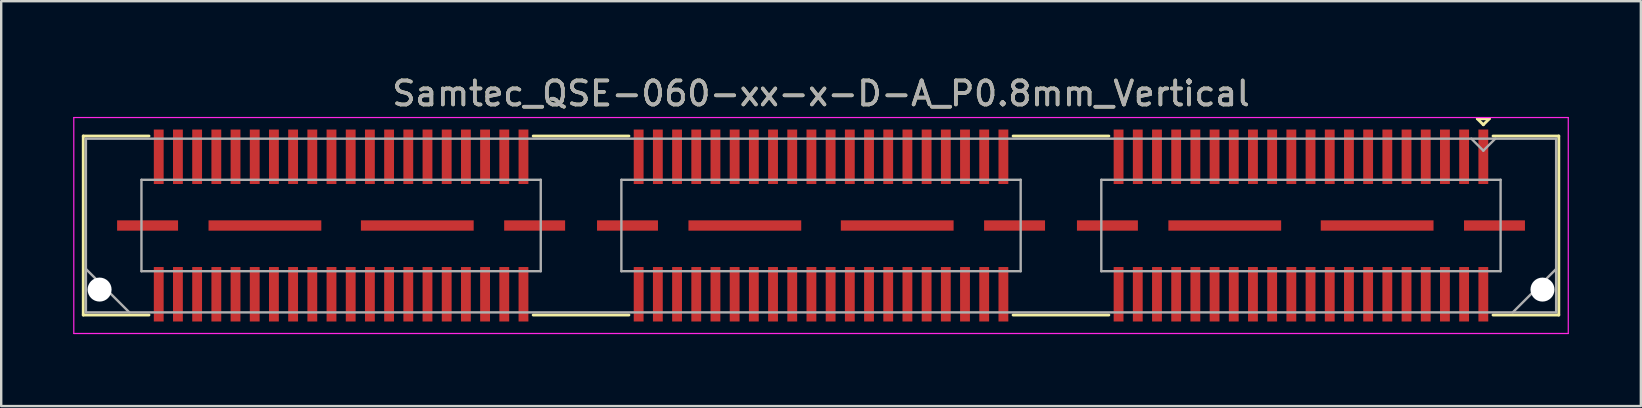
<source format=kicad_pcb>
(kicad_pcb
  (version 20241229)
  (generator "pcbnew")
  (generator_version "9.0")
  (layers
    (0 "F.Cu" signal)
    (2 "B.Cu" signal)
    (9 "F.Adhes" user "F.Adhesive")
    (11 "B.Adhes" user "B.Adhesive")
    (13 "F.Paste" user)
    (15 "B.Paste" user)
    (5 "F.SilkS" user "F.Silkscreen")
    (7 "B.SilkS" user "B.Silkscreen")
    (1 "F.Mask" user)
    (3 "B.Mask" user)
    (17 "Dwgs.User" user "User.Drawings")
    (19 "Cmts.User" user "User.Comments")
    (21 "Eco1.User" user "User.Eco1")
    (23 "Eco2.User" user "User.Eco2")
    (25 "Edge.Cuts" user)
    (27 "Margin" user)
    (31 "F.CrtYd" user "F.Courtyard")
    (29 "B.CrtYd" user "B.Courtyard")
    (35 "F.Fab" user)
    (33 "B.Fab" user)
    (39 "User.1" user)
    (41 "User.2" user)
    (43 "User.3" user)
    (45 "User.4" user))
  (footprint "Samtec_QSE-060-xx-x-D-A_P0.8mm_Vertical"
    (layer "F.Cu")
    (at 31.165 6.348)
    (property "Reference" "Samtec_QSE-060-xx-x-D-A_P0.8mm_Vertical" (at 0 -5.5 0) (layer "F.SilkS") (effects (font (size 1 1) (thickness 0.15))))
    (attr smd)
    (fp_line (start -30.745 -3.73) (end -28.005 -3.73) (stroke (width 0.12) (type solid)) (layer "F.SilkS"))
    (fp_line (start -30.745 3.73) (end -30.745 -3.73) (stroke (width 0.12) (type solid)) (layer "F.SilkS"))
    (fp_line (start -28.005 3.73) (end -30.745 3.73) (stroke (width 0.12) (type solid)) (layer "F.SilkS"))
    (fp_line (start -8.005 -3.73) (end -11.995 -3.73) (stroke (width 0.12) (type solid)) (layer "F.SilkS"))
    (fp_line (start -8.005 3.73) (end -11.995 3.73) (stroke (width 0.12) (type solid)) (layer "F.SilkS"))
    (fp_line (start 11.995 -3.73) (end 8.005 -3.73) (stroke (width 0.12) (type solid)) (layer "F.SilkS"))
    (fp_line (start 11.995 3.73) (end 8.005 3.73) (stroke (width 0.12) (type solid)) (layer "F.SilkS"))
    (fp_line (start 27.35 -4.45) (end 27.85 -4.45) (stroke (width 0.12) (type solid)) (layer "F.SilkS"))
    (fp_line (start 27.6 -4.2) (end 27.35 -4.45) (stroke (width 0.12) (type solid)) (layer "F.SilkS"))
    (fp_line (start 27.85 -4.45) (end 27.6 -4.2) (stroke (width 0.12) (type solid)) (layer "F.SilkS"))
    (fp_line (start 28.005 3.73) (end 30.745 3.73) (stroke (width 0.12) (type solid)) (layer "F.SilkS"))
    (fp_line (start 30.745 -3.73) (end 28.005 -3.73) (stroke (width 0.12) (type solid)) (layer "F.SilkS"))
    (fp_line (start 30.745 3.73) (end 30.745 -3.73) (stroke (width 0.12) (type solid)) (layer "F.SilkS"))
    (fp_line (start -31.14 -4.5) (end -31.14 4.5) (stroke (width 0.05) (type solid)) (layer "F.CrtYd"))
    (fp_line (start -31.14 4.5) (end 31.14 4.5) (stroke (width 0.05) (type solid)) (layer "F.CrtYd"))
    (fp_line (start 31.14 -4.5) (end -31.14 -4.5) (stroke (width 0.05) (type solid)) (layer "F.CrtYd"))
    (fp_line (start 31.14 4.5) (end 31.14 -4.5) (stroke (width 0.05) (type solid)) (layer "F.CrtYd"))
    (fp_line (start -30.635 -3.62) (end -30.635 3.62) (stroke (width 0.1) (type solid)) (layer "F.Fab"))
    (fp_line (start -30.635 1.81) (end -28.825 3.62) (stroke (width 0.1) (type solid)) (layer "F.Fab"))
    (fp_line (start -30.635 3.62) (end 30.635 3.62) (stroke (width 0.1) (type solid)) (layer "F.Fab"))
    (fp_line (start -28.32 -1.905) (end -28.32 1.905) (stroke (width 0.1) (type solid)) (layer "F.Fab"))
    (fp_line (start -28.32 1.905) (end -11.68 1.905) (stroke (width 0.1) (type solid)) (layer "F.Fab"))
    (fp_line (start -11.68 -1.905) (end -28.32 -1.905) (stroke (width 0.1) (type solid)) (layer "F.Fab"))
    (fp_line (start -11.68 1.905) (end -11.68 -1.905) (stroke (width 0.1) (type solid)) (layer "F.Fab"))
    (fp_line (start -8.32 -1.905) (end -8.32 1.905) (stroke (width 0.1) (type solid)) (layer "F.Fab"))
    (fp_line (start -8.32 1.905) (end 8.32 1.905) (stroke (width 0.1) (type solid)) (layer "F.Fab"))
    (fp_line (start 8.32 -1.905) (end -8.32 -1.905) (stroke (width 0.1) (type solid)) (layer "F.Fab"))
    (fp_line (start 8.32 1.905) (end 8.32 -1.905) (stroke (width 0.1) (type solid)) (layer "F.Fab"))
    (fp_line (start 11.68 -1.905) (end 11.68 1.905) (stroke (width 0.1) (type solid)) (layer "F.Fab"))
    (fp_line (start 11.68 1.905) (end 28.32 1.905) (stroke (width 0.1) (type solid)) (layer "F.Fab"))
    (fp_line (start 27.6 -3.12) (end 27.1 -3.62) (stroke (width 0.1) (type solid)) (layer "F.Fab"))
    (fp_line (start 28.1 -3.62) (end 27.6 -3.12) (stroke (width 0.1) (type solid)) (layer "F.Fab"))
    (fp_line (start 28.32 -1.905) (end 11.68 -1.905) (stroke (width 0.1) (type solid)) (layer "F.Fab"))
    (fp_line (start 28.32 1.905) (end 28.32 -1.905) (stroke (width 0.1) (type solid)) (layer "F.Fab"))
    (fp_line (start 30.635 -3.62) (end -30.635 -3.62) (stroke (width 0.1) (type solid)) (layer "F.Fab"))
    (fp_line (start 30.635 1.81) (end 28.825 3.62) (stroke (width 0.1) (type solid)) (layer "F.Fab"))
    (fp_line (start 30.635 3.62) (end 30.635 -3.62) (stroke (width 0.1) (type solid)) (layer "F.Fab"))
    (fp_text user "${REFERENCE}" (at 0 -5.5 0) (layer "F.Fab") (effects (font (size 1 1) (thickness 0.15))))
    (pad "" np_thru_hole circle (at -30.065 2.67) (size 1 1) (drill 1) (layers "*.Cu" "*.Mask"))
    (pad "" np_thru_hole circle (at 30.065 2.67) (size 1 1) (drill 1) (layers "*.Cu" "*.Mask"))
    (pad "1" smd rect (at 27.6 -2.865) (size 0.41 2.27) (layers "F.Cu" "F.Mask" "F.Paste"))
    (pad "2" smd rect (at 27.6 2.865) (size 0.41 2.27) (layers "F.Cu" "F.Mask" "F.Paste"))
    (pad "3" smd rect (at 26.8 -2.865) (size 0.41 2.27) (layers "F.Cu" "F.Mask" "F.Paste"))
    (pad "4" smd rect (at 26.8 2.865) (size 0.41 2.27) (layers "F.Cu" "F.Mask" "F.Paste"))
    (pad "5" smd rect (at 26 -2.865) (size 0.41 2.27) (layers "F.Cu" "F.Mask" "F.Paste"))
    (pad "6" smd rect (at 26 2.865) (size 0.41 2.27) (layers "F.Cu" "F.Mask" "F.Paste"))
    (pad "7" smd rect (at 25.2 -2.865) (size 0.41 2.27) (layers "F.Cu" "F.Mask" "F.Paste"))
    (pad "8" smd rect (at 25.2 2.865) (size 0.41 2.27) (layers "F.Cu" "F.Mask" "F.Paste"))
    (pad "9" smd rect (at 24.4 -2.865) (size 0.41 2.27) (layers "F.Cu" "F.Mask" "F.Paste"))
    (pad "10" smd rect (at 24.4 2.865) (size 0.41 2.27) (layers "F.Cu" "F.Mask" "F.Paste"))
    (pad "11" smd rect (at 23.6 -2.865) (size 0.41 2.27) (layers "F.Cu" "F.Mask" "F.Paste"))
    (pad "12" smd rect (at 23.6 2.865) (size 0.41 2.27) (layers "F.Cu" "F.Mask" "F.Paste"))
    (pad "13" smd rect (at 22.8 -2.865) (size 0.41 2.27) (layers "F.Cu" "F.Mask" "F.Paste"))
    (pad "14" smd rect (at 22.8 2.865) (size 0.41 2.27) (layers "F.Cu" "F.Mask" "F.Paste"))
    (pad "15" smd rect (at 22 -2.865) (size 0.41 2.27) (layers "F.Cu" "F.Mask" "F.Paste"))
    (pad "16" smd rect (at 22 2.865) (size 0.41 2.27) (layers "F.Cu" "F.Mask" "F.Paste"))
    (pad "17" smd rect (at 21.2 -2.865) (size 0.41 2.27) (layers "F.Cu" "F.Mask" "F.Paste"))
    (pad "18" smd rect (at 21.2 2.865) (size 0.41 2.27) (layers "F.Cu" "F.Mask" "F.Paste"))
    (pad "19" smd rect (at 20.4 -2.865) (size 0.41 2.27) (layers "F.Cu" "F.Mask" "F.Paste"))
    (pad "20" smd rect (at 20.4 2.865) (size 0.41 2.27) (layers "F.Cu" "F.Mask" "F.Paste"))
    (pad "21" smd rect (at 19.6 -2.865) (size 0.41 2.27) (layers "F.Cu" "F.Mask" "F.Paste"))
    (pad "22" smd rect (at 19.6 2.865) (size 0.41 2.27) (layers "F.Cu" "F.Mask" "F.Paste"))
    (pad "23" smd rect (at 18.8 -2.865) (size 0.41 2.27) (layers "F.Cu" "F.Mask" "F.Paste"))
    (pad "24" smd rect (at 18.8 2.865) (size 0.41 2.27) (layers "F.Cu" "F.Mask" "F.Paste"))
    (pad "25" smd rect (at 18 -2.865) (size 0.41 2.27) (layers "F.Cu" "F.Mask" "F.Paste"))
    (pad "26" smd rect (at 18 2.865) (size 0.41 2.27) (layers "F.Cu" "F.Mask" "F.Paste"))
    (pad "27" smd rect (at 17.2 -2.865) (size 0.41 2.27) (layers "F.Cu" "F.Mask" "F.Paste"))
    (pad "28" smd rect (at 17.2 2.865) (size 0.41 2.27) (layers "F.Cu" "F.Mask" "F.Paste"))
    (pad "29" smd rect (at 16.4 -2.865) (size 0.41 2.27) (layers "F.Cu" "F.Mask" "F.Paste"))
    (pad "30" smd rect (at 16.4 2.865) (size 0.41 2.27) (layers "F.Cu" "F.Mask" "F.Paste"))
    (pad "31" smd rect (at 15.6 -2.865) (size 0.41 2.27) (layers "F.Cu" "F.Mask" "F.Paste"))
    (pad "32" smd rect (at 15.6 2.865) (size 0.41 2.27) (layers "F.Cu" "F.Mask" "F.Paste"))
    (pad "33" smd rect (at 14.8 -2.865) (size 0.41 2.27) (layers "F.Cu" "F.Mask" "F.Paste"))
    (pad "34" smd rect (at 14.8 2.865) (size 0.41 2.27) (layers "F.Cu" "F.Mask" "F.Paste"))
    (pad "35" smd rect (at 14 -2.865) (size 0.41 2.27) (layers "F.Cu" "F.Mask" "F.Paste"))
    (pad "36" smd rect (at 14 2.865) (size 0.41 2.27) (layers "F.Cu" "F.Mask" "F.Paste"))
    (pad "37" smd rect (at 13.2 -2.865) (size 0.41 2.27) (layers "F.Cu" "F.Mask" "F.Paste"))
    (pad "38" smd rect (at 13.2 2.865) (size 0.41 2.27) (layers "F.Cu" "F.Mask" "F.Paste"))
    (pad "39" smd rect (at 12.4 -2.865) (size 0.41 2.27) (layers "F.Cu" "F.Mask" "F.Paste"))
    (pad "40" smd rect (at 12.4 2.865) (size 0.41 2.27) (layers "F.Cu" "F.Mask" "F.Paste"))
    (pad "41" smd rect (at 7.6 -2.865) (size 0.41 2.27) (layers "F.Cu" "F.Mask" "F.Paste"))
    (pad "42" smd rect (at 7.6 2.865) (size 0.41 2.27) (layers "F.Cu" "F.Mask" "F.Paste"))
    (pad "43" smd rect (at 6.8 -2.865) (size 0.41 2.27) (layers "F.Cu" "F.Mask" "F.Paste"))
    (pad "44" smd rect (at 6.8 2.865) (size 0.41 2.27) (layers "F.Cu" "F.Mask" "F.Paste"))
    (pad "45" smd rect (at 6 -2.865) (size 0.41 2.27) (layers "F.Cu" "F.Mask" "F.Paste"))
    (pad "46" smd rect (at 6 2.865) (size 0.41 2.27) (layers "F.Cu" "F.Mask" "F.Paste"))
    (pad "47" smd rect (at 5.2 -2.865) (size 0.41 2.27) (layers "F.Cu" "F.Mask" "F.Paste"))
    (pad "48" smd rect (at 5.2 2.865) (size 0.41 2.27) (layers "F.Cu" "F.Mask" "F.Paste"))
    (pad "49" smd rect (at 4.4 -2.865) (size 0.41 2.27) (layers "F.Cu" "F.Mask" "F.Paste"))
    (pad "50" smd rect (at 4.4 2.865) (size 0.41 2.27) (layers "F.Cu" "F.Mask" "F.Paste"))
    (pad "51" smd rect (at 3.6 -2.865) (size 0.41 2.27) (layers "F.Cu" "F.Mask" "F.Paste"))
    (pad "52" smd rect (at 3.6 2.865) (size 0.41 2.27) (layers "F.Cu" "F.Mask" "F.Paste"))
    (pad "53" smd rect (at 2.8 -2.865) (size 0.41 2.27) (layers "F.Cu" "F.Mask" "F.Paste"))
    (pad "54" smd rect (at 2.8 2.865) (size 0.41 2.27) (layers "F.Cu" "F.Mask" "F.Paste"))
    (pad "55" smd rect (at 2 -2.865) (size 0.41 2.27) (layers "F.Cu" "F.Mask" "F.Paste"))
    (pad "56" smd rect (at 2 2.865) (size 0.41 2.27) (layers "F.Cu" "F.Mask" "F.Paste"))
    (pad "57" smd rect (at 1.2 -2.865) (size 0.41 2.27) (layers "F.Cu" "F.Mask" "F.Paste"))
    (pad "58" smd rect (at 1.2 2.865) (size 0.41 2.27) (layers "F.Cu" "F.Mask" "F.Paste"))
    (pad "59" smd rect (at 0.4 -2.865) (size 0.41 2.27) (layers "F.Cu" "F.Mask" "F.Paste"))
    (pad "60" smd rect (at 0.4 2.865) (size 0.41 2.27) (layers "F.Cu" "F.Mask" "F.Paste"))
    (pad "61" smd rect (at -0.4 -2.865) (size 0.41 2.27) (layers "F.Cu" "F.Mask" "F.Paste"))
    (pad "62" smd rect (at -0.4 2.865) (size 0.41 2.27) (layers "F.Cu" "F.Mask" "F.Paste"))
    (pad "63" smd rect (at -1.2 -2.865) (size 0.41 2.27) (layers "F.Cu" "F.Mask" "F.Paste"))
    (pad "64" smd rect (at -1.2 2.865) (size 0.41 2.27) (layers "F.Cu" "F.Mask" "F.Paste"))
    (pad "65" smd rect (at -2 -2.865) (size 0.41 2.27) (layers "F.Cu" "F.Mask" "F.Paste"))
    (pad "66" smd rect (at -2 2.865) (size 0.41 2.27) (layers "F.Cu" "F.Mask" "F.Paste"))
    (pad "67" smd rect (at -2.8 -2.865) (size 0.41 2.27) (layers "F.Cu" "F.Mask" "F.Paste"))
    (pad "68" smd rect (at -2.8 2.865) (size 0.41 2.27) (layers "F.Cu" "F.Mask" "F.Paste"))
    (pad "69" smd rect (at -3.6 -2.865) (size 0.41 2.27) (layers "F.Cu" "F.Mask" "F.Paste"))
    (pad "70" smd rect (at -3.6 2.865) (size 0.41 2.27) (layers "F.Cu" "F.Mask" "F.Paste"))
    (pad "71" smd rect (at -4.4 -2.865) (size 0.41 2.27) (layers "F.Cu" "F.Mask" "F.Paste"))
    (pad "72" smd rect (at -4.4 2.865) (size 0.41 2.27) (layers "F.Cu" "F.Mask" "F.Paste"))
    (pad "73" smd rect (at -5.2 -2.865) (size 0.41 2.27) (layers "F.Cu" "F.Mask" "F.Paste"))
    (pad "74" smd rect (at -5.2 2.865) (size 0.41 2.27) (layers "F.Cu" "F.Mask" "F.Paste"))
    (pad "75" smd rect (at -6 -2.865) (size 0.41 2.27) (layers "F.Cu" "F.Mask" "F.Paste"))
    (pad "76" smd rect (at -6 2.865) (size 0.41 2.27) (layers "F.Cu" "F.Mask" "F.Paste"))
    (pad "77" smd rect (at -6.8 -2.865) (size 0.41 2.27) (layers "F.Cu" "F.Mask" "F.Paste"))
    (pad "78" smd rect (at -6.8 2.865) (size 0.41 2.27) (layers "F.Cu" "F.Mask" "F.Paste"))
    (pad "79" smd rect (at -7.6 -2.865) (size 0.41 2.27) (layers "F.Cu" "F.Mask" "F.Paste"))
    (pad "80" smd rect (at -7.6 2.865) (size 0.41 2.27) (layers "F.Cu" "F.Mask" "F.Paste"))
    (pad "81" smd rect (at -12.4 -2.865) (size 0.41 2.27) (layers "F.Cu" "F.Mask" "F.Paste"))
    (pad "82" smd rect (at -12.4 2.865) (size 0.41 2.27) (layers "F.Cu" "F.Mask" "F.Paste"))
    (pad "83" smd rect (at -13.2 -2.865) (size 0.41 2.27) (layers "F.Cu" "F.Mask" "F.Paste"))
    (pad "84" smd rect (at -13.2 2.865) (size 0.41 2.27) (layers "F.Cu" "F.Mask" "F.Paste"))
    (pad "85" smd rect (at -14 -2.865) (size 0.41 2.27) (layers "F.Cu" "F.Mask" "F.Paste"))
    (pad "86" smd rect (at -14 2.865) (size 0.41 2.27) (layers "F.Cu" "F.Mask" "F.Paste"))
    (pad "87" smd rect (at -14.8 -2.865) (size 0.41 2.27) (layers "F.Cu" "F.Mask" "F.Paste"))
    (pad "88" smd rect (at -14.8 2.865) (size 0.41 2.27) (layers "F.Cu" "F.Mask" "F.Paste"))
    (pad "89" smd rect (at -15.6 -2.865) (size 0.41 2.27) (layers "F.Cu" "F.Mask" "F.Paste"))
    (pad "90" smd rect (at -15.6 2.865) (size 0.41 2.27) (layers "F.Cu" "F.Mask" "F.Paste"))
    (pad "91" smd rect (at -16.4 -2.865) (size 0.41 2.27) (layers "F.Cu" "F.Mask" "F.Paste"))
    (pad "92" smd rect (at -16.4 2.865) (size 0.41 2.27) (layers "F.Cu" "F.Mask" "F.Paste"))
    (pad "93" smd rect (at -17.2 -2.865) (size 0.41 2.27) (layers "F.Cu" "F.Mask" "F.Paste"))
    (pad "94" smd rect (at -17.2 2.865) (size 0.41 2.27) (layers "F.Cu" "F.Mask" "F.Paste"))
    (pad "95" smd rect (at -18 -2.865) (size 0.41 2.27) (layers "F.Cu" "F.Mask" "F.Paste"))
    (pad "96" smd rect (at -18 2.865) (size 0.41 2.27) (layers "F.Cu" "F.Mask" "F.Paste"))
    (pad "97" smd rect (at -18.8 -2.865) (size 0.41 2.27) (layers "F.Cu" "F.Mask" "F.Paste"))
    (pad "98" smd rect (at -18.8 2.865) (size 0.41 2.27) (layers "F.Cu" "F.Mask" "F.Paste"))
    (pad "99" smd rect (at -19.6 -2.865) (size 0.41 2.27) (layers "F.Cu" "F.Mask" "F.Paste"))
    (pad "100" smd rect (at -19.6 2.865) (size 0.41 2.27) (layers "F.Cu" "F.Mask" "F.Paste"))
    (pad "101" smd rect (at -20.4 -2.865) (size 0.41 2.27) (layers "F.Cu" "F.Mask" "F.Paste"))
    (pad "102" smd rect (at -20.4 2.865) (size 0.41 2.27) (layers "F.Cu" "F.Mask" "F.Paste"))
    (pad "103" smd rect (at -21.2 -2.865) (size 0.41 2.27) (layers "F.Cu" "F.Mask" "F.Paste"))
    (pad "104" smd rect (at -21.2 2.865) (size 0.41 2.27) (layers "F.Cu" "F.Mask" "F.Paste"))
    (pad "105" smd rect (at -22 -2.865) (size 0.41 2.27) (layers "F.Cu" "F.Mask" "F.Paste"))
    (pad "106" smd rect (at -22 2.865) (size 0.41 2.27) (layers "F.Cu" "F.Mask" "F.Paste"))
    (pad "107" smd rect (at -22.8 -2.865) (size 0.41 2.27) (layers "F.Cu" "F.Mask" "F.Paste"))
    (pad "108" smd rect (at -22.8 2.865) (size 0.41 2.27) (layers "F.Cu" "F.Mask" "F.Paste"))
    (pad "109" smd rect (at -23.6 -2.865) (size 0.41 2.27) (layers "F.Cu" "F.Mask" "F.Paste"))
    (pad "110" smd rect (at -23.6 2.865) (size 0.41 2.27) (layers "F.Cu" "F.Mask" "F.Paste"))
    (pad "111" smd rect (at -24.4 -2.865) (size 0.41 2.27) (layers "F.Cu" "F.Mask" "F.Paste"))
    (pad "112" smd rect (at -24.4 2.865) (size 0.41 2.27) (layers "F.Cu" "F.Mask" "F.Paste"))
    (pad "113" smd rect (at -25.2 -2.865) (size 0.41 2.27) (layers "F.Cu" "F.Mask" "F.Paste"))
    (pad "114" smd rect (at -25.2 2.865) (size 0.41 2.27) (layers "F.Cu" "F.Mask" "F.Paste"))
    (pad "115" smd rect (at -26 -2.865) (size 0.41 2.27) (layers "F.Cu" "F.Mask" "F.Paste"))
    (pad "116" smd rect (at -26 2.865) (size 0.41 2.27) (layers "F.Cu" "F.Mask" "F.Paste"))
    (pad "117" smd rect (at -26.8 -2.865) (size 0.41 2.27) (layers "F.Cu" "F.Mask" "F.Paste"))
    (pad "118" smd rect (at -26.8 2.865) (size 0.41 2.27) (layers "F.Cu" "F.Mask" "F.Paste"))
    (pad "119" smd rect (at -27.6 -2.865) (size 0.41 2.27) (layers "F.Cu" "F.Mask" "F.Paste"))
    (pad "120" smd rect (at -27.6 2.865) (size 0.41 2.27) (layers "F.Cu" "F.Mask" "F.Paste"))
    (pad "P1" smd rect (at 11.935 0) (size 2.54 0.43) (layers "F.Cu" "F.Mask" "F.Paste"))
    (pad "P1" smd rect (at 16.825 0) (size 4.7 0.43) (layers "F.Cu" "F.Mask" "F.Paste"))
    (pad "P1" smd rect (at 23.175 0) (size 4.7 0.43) (layers "F.Cu" "F.Mask" "F.Paste"))
    (pad "P1" smd rect (at 28.065 0) (size 2.54 0.43) (layers "F.Cu" "F.Mask" "F.Paste"))
    (pad "P2" smd rect (at -8.065 0) (size 2.54 0.43) (layers "F.Cu" "F.Mask" "F.Paste"))
    (pad "P2" smd rect (at -3.175 0) (size 4.7 0.43) (layers "F.Cu" "F.Mask" "F.Paste"))
    (pad "P2" smd rect (at 3.175 0) (size 4.7 0.43) (layers "F.Cu" "F.Mask" "F.Paste"))
    (pad "P2" smd rect (at 8.065 0) (size 2.54 0.43) (layers "F.Cu" "F.Mask" "F.Paste"))
    (pad "P3" smd rect (at -28.065 0) (size 2.54 0.43) (layers "F.Cu" "F.Mask" "F.Paste"))
    (pad "P3" smd rect (at -23.175 0) (size 4.7 0.43) (layers "F.Cu" "F.Mask" "F.Paste"))
    (pad "P3" smd rect (at -16.825 0) (size 4.7 0.43) (layers "F.Cu" "F.Mask" "F.Paste"))
    (pad "P3" smd rect (at -11.935 0) (size 2.54 0.43) (layers "F.Cu" "F.Mask" "F.Paste")))
  (gr_rect
    (start -3 -3)
    (end 65.33 13.873)
    (stroke (width 0.1) (type default))
    (fill no)
    (layer "Edge.Cuts")))
</source>
